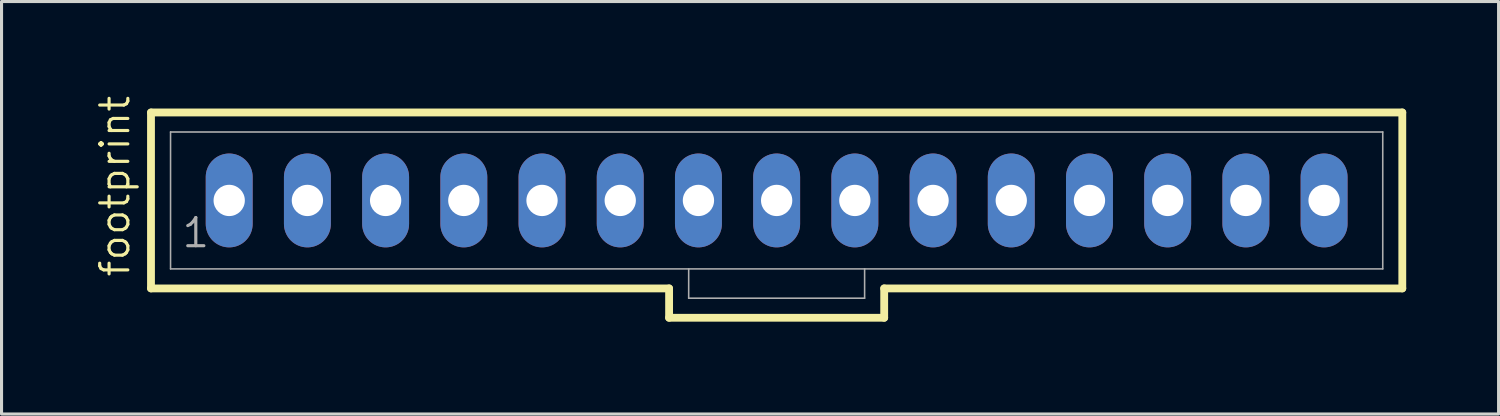
<source format=kicad_pcb>
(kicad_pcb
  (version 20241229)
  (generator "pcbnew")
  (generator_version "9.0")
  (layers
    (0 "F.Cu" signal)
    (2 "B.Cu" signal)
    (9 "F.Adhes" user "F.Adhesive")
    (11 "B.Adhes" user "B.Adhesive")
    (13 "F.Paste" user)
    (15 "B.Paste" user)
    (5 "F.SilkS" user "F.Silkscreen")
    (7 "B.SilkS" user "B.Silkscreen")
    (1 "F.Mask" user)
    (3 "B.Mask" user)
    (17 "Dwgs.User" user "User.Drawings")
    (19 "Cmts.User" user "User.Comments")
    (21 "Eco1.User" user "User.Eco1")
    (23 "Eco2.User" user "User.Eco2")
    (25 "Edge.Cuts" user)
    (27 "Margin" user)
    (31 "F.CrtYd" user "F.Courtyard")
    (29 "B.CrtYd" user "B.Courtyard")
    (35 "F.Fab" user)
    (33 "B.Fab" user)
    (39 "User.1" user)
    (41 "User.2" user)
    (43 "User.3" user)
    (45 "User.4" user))
  (footprint "footprint"
    (layer "F.Cu")
    (at 22.174 3.46)
    (property "Reference" "footprint" (at -20.955 2.54 90) (layer "F.SilkS") (effects (font (size 0.914 0.914) (thickness 0.102)) (justify left bottom)))
    (fp_line (start -20.32 -2.857) (end -20.32 2.857) (stroke (width 0.254) (type solid)) (layer "F.SilkS"))
    (fp_line (start -20.32 2.857) (end -3.493 2.857) (stroke (width 0.254) (type solid)) (layer "F.SilkS"))
    (fp_line (start -3.493 2.857) (end -3.493 3.81) (stroke (width 0.254) (type solid)) (layer "F.SilkS"))
    (fp_line (start -3.493 3.81) (end 3.493 3.81) (stroke (width 0.254) (type solid)) (layer "F.SilkS"))
    (fp_line (start 3.493 2.857) (end 20.32 2.857) (stroke (width 0.254) (type solid)) (layer "F.SilkS"))
    (fp_line (start 3.493 3.81) (end 3.493 2.857) (stroke (width 0.254) (type solid)) (layer "F.SilkS"))
    (fp_line (start 20.32 -2.857) (end -20.32 -2.857) (stroke (width 0.254) (type solid)) (layer "F.SilkS"))
    (fp_line (start 20.32 2.857) (end 20.32 -2.857) (stroke (width 0.254) (type solid)) (layer "F.SilkS"))
    (fp_line (start -19.685 -2.223) (end -19.685 2.223) (stroke (width 0.051) (type solid)) (layer "F.Fab"))
    (fp_line (start -19.685 -2.223) (end 19.685 -2.223) (stroke (width 0.051) (type solid)) (layer "F.Fab"))
    (fp_line (start -19.685 2.223) (end -2.857 2.223) (stroke (width 0.051) (type solid)) (layer "F.Fab"))
    (fp_line (start -2.857 2.223) (end -2.857 3.175) (stroke (width 0.051) (type solid)) (layer "F.Fab"))
    (fp_line (start -2.857 2.223) (end 2.857 2.223) (stroke (width 0.051) (type solid)) (layer "F.Fab"))
    (fp_line (start 2.857 2.223) (end 2.857 3.175) (stroke (width 0.051) (type solid)) (layer "F.Fab"))
    (fp_line (start 2.857 2.223) (end 19.685 2.223) (stroke (width 0.051) (type solid)) (layer "F.Fab"))
    (fp_line (start 2.857 3.175) (end -2.857 3.175) (stroke (width 0.051) (type solid)) (layer "F.Fab"))
    (fp_line (start 19.685 -2.223) (end 19.685 2.223) (stroke (width 0.051) (type solid)) (layer "F.Fab"))
    (fp_poly (pts (xy -18.018 0.238) (xy -17.542 0.238) (xy -17.542 -0.238) (xy -18.018 -0.238)) (stroke (width 0.1) (type solid)) (fill no) (layer "F.Fab"))
    (fp_poly (pts (xy -15.478 0.238) (xy -15.002 0.238) (xy -15.002 -0.238) (xy -15.478 -0.238)) (stroke (width 0.1) (type solid)) (fill no) (layer "F.Fab"))
    (fp_poly (pts (xy -12.938 0.238) (xy -12.462 0.238) (xy -12.462 -0.238) (xy -12.938 -0.238)) (stroke (width 0.1) (type solid)) (fill no) (layer "F.Fab"))
    (fp_poly (pts (xy -10.398 0.238) (xy -9.922 0.238) (xy -9.922 -0.238) (xy -10.398 -0.238)) (stroke (width 0.1) (type solid)) (fill no) (layer "F.Fab"))
    (fp_poly (pts (xy -7.858 0.238) (xy -7.382 0.238) (xy -7.382 -0.238) (xy -7.858 -0.238)) (stroke (width 0.1) (type solid)) (fill no) (layer "F.Fab"))
    (fp_poly (pts (xy -5.318 0.238) (xy -4.842 0.238) (xy -4.842 -0.238) (xy -5.318 -0.238)) (stroke (width 0.1) (type solid)) (fill no) (layer "F.Fab"))
    (fp_poly (pts (xy -2.778 0.238) (xy -2.302 0.238) (xy -2.302 -0.238) (xy -2.778 -0.238)) (stroke (width 0.1) (type solid)) (fill no) (layer "F.Fab"))
    (fp_poly (pts (xy -0.238 0.238) (xy 0.238 0.238) (xy 0.238 -0.238) (xy -0.238 -0.238)) (stroke (width 0.1) (type solid)) (fill no) (layer "F.Fab"))
    (fp_poly (pts (xy 2.302 0.238) (xy 2.778 0.238) (xy 2.778 -0.238) (xy 2.302 -0.238)) (stroke (width 0.1) (type solid)) (fill no) (layer "F.Fab"))
    (fp_poly (pts (xy 4.842 0.238) (xy 5.318 0.238) (xy 5.318 -0.238) (xy 4.842 -0.238)) (stroke (width 0.1) (type solid)) (fill no) (layer "F.Fab"))
    (fp_poly (pts (xy 7.382 0.238) (xy 7.858 0.238) (xy 7.858 -0.238) (xy 7.382 -0.238)) (stroke (width 0.1) (type solid)) (fill no) (layer "F.Fab"))
    (fp_poly (pts (xy 9.922 0.238) (xy 10.398 0.238) (xy 10.398 -0.238) (xy 9.922 -0.238)) (stroke (width 0.1) (type solid)) (fill no) (layer "F.Fab"))
    (fp_poly (pts (xy 12.462 0.238) (xy 12.938 0.238) (xy 12.938 -0.238) (xy 12.462 -0.238)) (stroke (width 0.1) (type solid)) (fill no) (layer "F.Fab"))
    (fp_poly (pts (xy 15.002 0.238) (xy 15.478 0.238) (xy 15.478 -0.238) (xy 15.002 -0.238)) (stroke (width 0.1) (type solid)) (fill no) (layer "F.Fab"))
    (fp_poly (pts (xy 17.542 0.238) (xy 18.018 0.238) (xy 18.018 -0.238) (xy 17.542 -0.238)) (stroke (width 0.1) (type solid)) (fill no) (layer "F.Fab"))
    (fp_text user "1" (at -19.367 1.587 0) (layer "F.Fab") (effects (font (size 0.914 0.914) (thickness 0.102)) (justify left bottom)))
    (pad "1" thru_hole oval (at -17.78 0 90) (size 3.048 1.524) (drill 1.016) (layers "*.Cu" "*.Mask"))
    (pad "2" thru_hole oval (at -15.24 0 90) (size 3.048 1.524) (drill 1.016) (layers "*.Cu" "*.Mask"))
    (pad "3" thru_hole oval (at -12.7 0 90) (size 3.048 1.524) (drill 1.016) (layers "*.Cu" "*.Mask"))
    (pad "4" thru_hole oval (at -10.16 0 90) (size 3.048 1.524) (drill 1.016) (layers "*.Cu" "*.Mask"))
    (pad "5" thru_hole oval (at -7.62 0 90) (size 3.048 1.524) (drill 1.016) (layers "*.Cu" "*.Mask"))
    (pad "6" thru_hole oval (at -5.08 0 90) (size 3.048 1.524) (drill 1.016) (layers "*.Cu" "*.Mask"))
    (pad "7" thru_hole oval (at -2.54 0 90) (size 3.048 1.524) (drill 1.016) (layers "*.Cu" "*.Mask"))
    (pad "8" thru_hole oval (at 0 0 90) (size 3.048 1.524) (drill 1.016) (layers "*.Cu" "*.Mask"))
    (pad "9" thru_hole oval (at 2.54 0 90) (size 3.048 1.524) (drill 1.016) (layers "*.Cu" "*.Mask"))
    (pad "10" thru_hole oval (at 5.08 0 90) (size 3.048 1.524) (drill 1.016) (layers "*.Cu" "*.Mask"))
    (pad "11" thru_hole oval (at 7.62 0 90) (size 3.048 1.524) (drill 1.016) (layers "*.Cu" "*.Mask"))
    (pad "12" thru_hole oval (at 10.16 0 90) (size 3.048 1.524) (drill 1.016) (layers "*.Cu" "*.Mask"))
    (pad "13" thru_hole oval (at 12.7 0 90) (size 3.048 1.524) (drill 1.016) (layers "*.Cu" "*.Mask"))
    (pad "14" thru_hole oval (at 15.24 0 90) (size 3.048 1.524) (drill 1.016) (layers "*.Cu" "*.Mask"))
    (pad "15" thru_hole oval (at 17.78 0 90) (size 3.048 1.524) (drill 1.016) (layers "*.Cu" "*.Mask")))
  (gr_rect
    (start -3 -3)
    (end 45.621 10.397)
    (stroke (width 0.1) (type default))
    (fill no)
    (layer "Edge.Cuts")))
</source>
